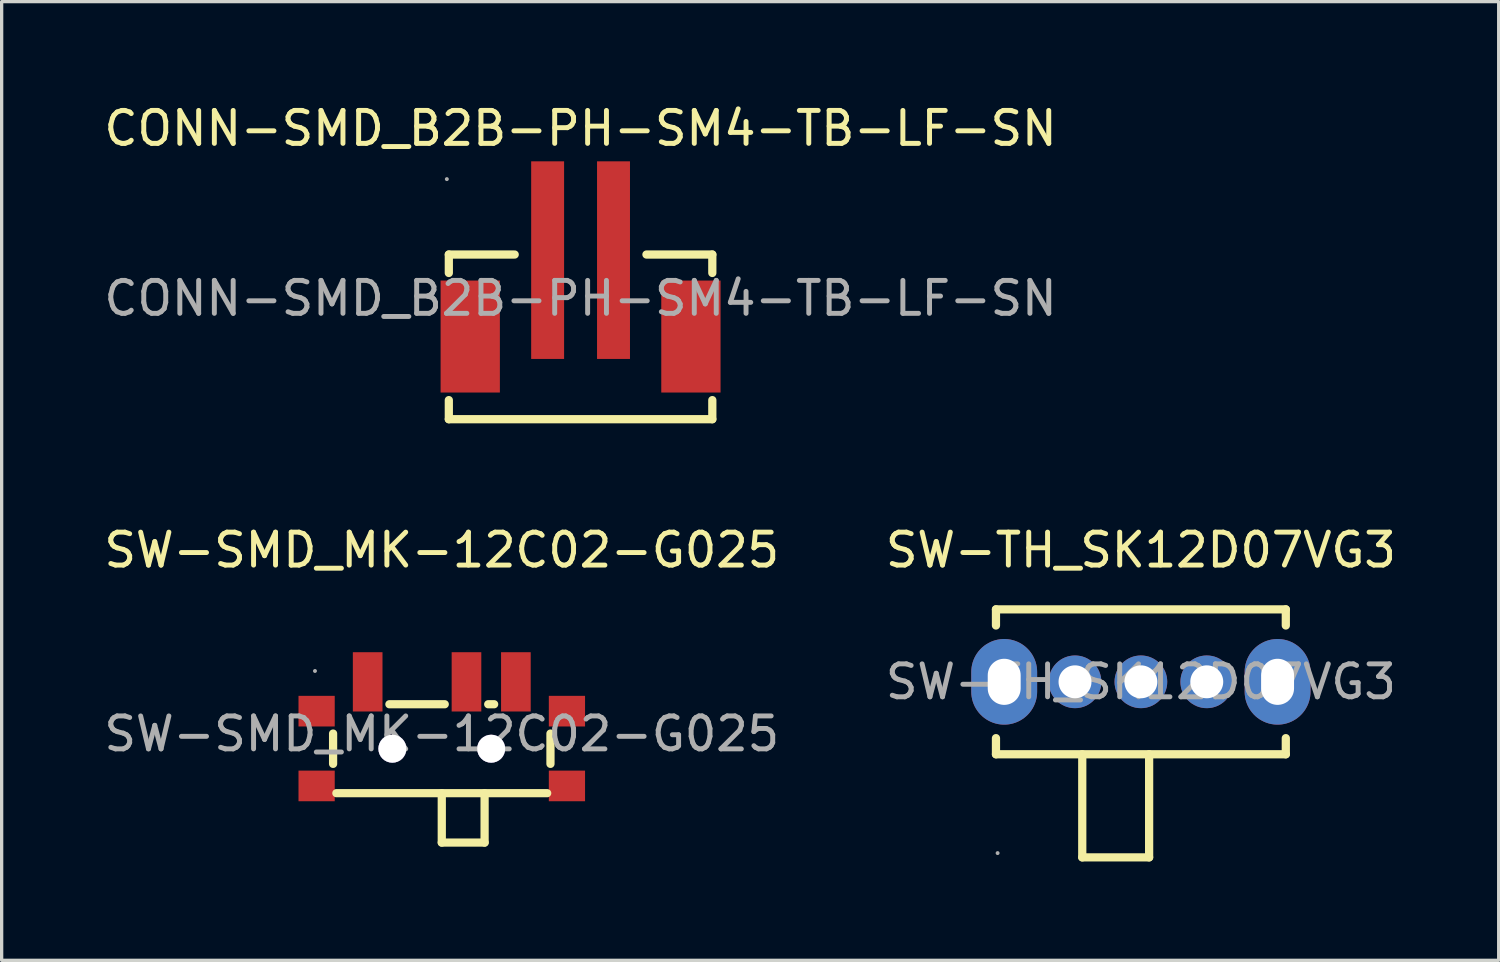
<source format=kicad_pcb>
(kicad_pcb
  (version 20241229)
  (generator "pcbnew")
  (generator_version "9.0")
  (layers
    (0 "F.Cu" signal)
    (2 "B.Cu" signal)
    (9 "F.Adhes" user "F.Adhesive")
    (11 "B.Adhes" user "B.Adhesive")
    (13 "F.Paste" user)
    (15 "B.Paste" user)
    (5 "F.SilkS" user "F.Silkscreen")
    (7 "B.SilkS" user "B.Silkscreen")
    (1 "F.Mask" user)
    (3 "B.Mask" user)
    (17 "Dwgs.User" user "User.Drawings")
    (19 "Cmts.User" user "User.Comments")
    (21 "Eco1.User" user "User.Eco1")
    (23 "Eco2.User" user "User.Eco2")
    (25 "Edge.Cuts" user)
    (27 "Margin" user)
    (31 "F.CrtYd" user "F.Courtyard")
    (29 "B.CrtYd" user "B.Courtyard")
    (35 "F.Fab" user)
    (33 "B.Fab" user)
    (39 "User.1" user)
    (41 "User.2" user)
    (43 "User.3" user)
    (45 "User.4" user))
  (footprint "CONN-SMD_B2B-PH-SM4-TB-LF-SN"
    (layer "F.Cu")
    (at 14.577 6.008)
    (property "Reference" "CONN-SMD_B2B-PH-SM4-TB-LF-SN" (at 0 -5.16 0) (layer "F.SilkS") (effects (font (size 1 1) (thickness 0.15))))
    (attr smd)
    (fp_line (start -4 -1.33) (end -4 -0.77) (stroke (width 0.25) (type solid)) (layer "F.SilkS"))
    (fp_line (start -4 -1.33) (end -2 -1.33) (stroke (width 0.25) (type solid)) (layer "F.SilkS"))
    (fp_line (start -4 3.09) (end -4 3.67) (stroke (width 0.25) (type solid)) (layer "F.SilkS"))
    (fp_line (start 2 -1.33) (end 4 -1.33) (stroke (width 0.25) (type solid)) (layer "F.SilkS"))
    (fp_line (start 4 -0.77) (end 4 -1.33) (stroke (width 0.25) (type solid)) (layer "F.SilkS"))
    (fp_line (start 4 3.67) (end -4 3.67) (stroke (width 0.25) (type solid)) (layer "F.SilkS"))
    (fp_line (start 4 3.67) (end 4 3.09) (stroke (width 0.25) (type solid)) (layer "F.SilkS"))
    (fp_circle (center -4.06 -3.62) (end -4.03 -3.62) (stroke (width 0.06) (type solid)) (fill no) (layer "F.Fab"))
    (fp_text user "${REFERENCE}" (at 0 0 0) (layer "F.Fab") (effects (font (size 1 1) (thickness 0.15))))
    (pad "1" smd rect (at 1 -1.16) (size 1 6) (layers "F.Cu" "F.Mask" "F.Paste"))
    (pad "2" smd rect (at -1 -1.16) (size 1 6) (layers "F.Cu" "F.Mask" "F.Paste"))
    (pad "3" smd rect (at -3.35 1.16) (size 1.8 3.4) (layers "F.Cu" "F.Mask" "F.Paste"))
    (pad "4" smd rect (at 3.35 1.16) (size 1.8 3.4) (layers "F.Cu" "F.Mask" "F.Paste")))
  (footprint "SW-SMD_MK-12C02-G025"
    (layer "F.Cu")
    (at 10.363 19.232)
    (property "Reference" "SW-SMD_MK-12C02-G025" (at 0 -5.58 0) (layer "F.SilkS") (effects (font (size 1 1) (thickness 0.15))))
    (attr smd)
    (fp_line (start -3.3 0.91) (end -3.3 -0.01) (stroke (width 0.25) (type solid)) (layer "F.SilkS"))
    (fp_line (start 0 3.3) (end 0 1.8) (stroke (width 0.25) (type solid)) (layer "F.SilkS"))
    (fp_line (start 0.09 -0.9) (end -1.59 -0.9) (stroke (width 0.25) (type solid)) (layer "F.SilkS"))
    (fp_line (start 1.3 1.8) (end 1.3 3.3) (stroke (width 0.25) (type solid)) (layer "F.SilkS"))
    (fp_line (start 1.3 3.3) (end 0 3.3) (stroke (width 0.25) (type solid)) (layer "F.SilkS"))
    (fp_line (start 1.59 -0.9) (end 1.41 -0.9) (stroke (width 0.25) (type solid)) (layer "F.SilkS"))
    (fp_line (start 3.2 1.8) (end -3.2 1.8) (stroke (width 0.25) (type solid)) (layer "F.SilkS"))
    (fp_line (start 3.3 0.91) (end 3.3 -0.01) (stroke (width 0.25) (type solid)) (layer "F.SilkS"))
    (fp_circle (center -1.5 0.45) (end -1.3 0.45) (stroke (width 0.4) (type solid)) (fill no) (layer "Cmts.User"))
    (fp_circle (center 1.5 0.45) (end 1.7 0.45) (stroke (width 0.4) (type solid)) (fill no) (layer "Cmts.User"))
    (fp_circle (center -3.85 -1.91) (end -3.82 -1.91) (stroke (width 0.06) (type solid)) (fill no) (layer "F.Fab"))
    (fp_text user "${REFERENCE}" (at 0 0 0) (layer "F.Fab") (effects (font (size 1 1) (thickness 0.15))))
    (pad "" thru_hole circle (at -1.5 0.45) (size 0.85 0.85) (drill 0.85) (layers "*.Cu" "*.Mask"))
    (pad "" thru_hole circle (at 1.5 0.45) (size 0.85 0.85) (drill 0.85) (layers "*.Cu" "*.Mask"))
    (pad "1" smd rect (at -2.25 -1.58) (size 0.9 1.8) (layers "F.Cu" "F.Mask" "F.Paste"))
    (pad "2" smd rect (at 0.75 -1.58) (size 0.9 1.8) (layers "F.Cu" "F.Mask" "F.Paste"))
    (pad "3" smd rect (at 2.25 -1.58) (size 0.9 1.8) (layers "F.Cu" "F.Mask" "F.Paste"))
    (pad "4" smd rect (at 3.8 -0.69) (size 1.1 0.93) (layers "F.Cu" "F.Mask" "F.Paste"))
    (pad "5" smd rect (at 3.8 1.58) (size 1.1 0.93) (layers "F.Cu" "F.Mask" "F.Paste"))
    (pad "6" smd rect (at -3.8 1.58) (size 1.1 0.93) (layers "F.Cu" "F.Mask" "F.Paste"))
    (pad "7" smd rect (at -3.8 -0.69) (size 1.1 0.93) (layers "F.Cu" "F.Mask" "F.Paste")))
  (footprint "SW-TH_SK12D07VG3"
    (layer "F.Cu")
    (at 31.589 17.651)
    (property "Reference" "SW-TH_SK12D07VG3" (at 0 -4 0) (layer "F.SilkS") (effects (font (size 1 1) (thickness 0.15))))
    (attr through_hole)
    (fp_line (start -4.4 -2.2) (end -4.4 -1.71) (stroke (width 0.25) (type solid)) (layer "F.SilkS"))
    (fp_line (start -4.4 1.71) (end -4.4 2.2) (stroke (width 0.25) (type solid)) (layer "F.SilkS"))
    (fp_line (start -1.78 2.2) (end -1.78 5.33) (stroke (width 0.25) (type solid)) (layer "F.SilkS"))
    (fp_line (start -1.78 5.33) (end 0.25 5.33) (stroke (width 0.25) (type solid)) (layer "F.SilkS"))
    (fp_line (start 0.25 5.33) (end 0.25 2.2) (stroke (width 0.25) (type solid)) (layer "F.SilkS"))
    (fp_line (start 4.4 -2.2) (end -4.4 -2.2) (stroke (width 0.25) (type solid)) (layer "F.SilkS"))
    (fp_line (start 4.4 -2.2) (end 4.4 -1.71) (stroke (width 0.25) (type solid)) (layer "F.SilkS"))
    (fp_line (start 4.4 1.71) (end 4.4 2.2) (stroke (width 0.25) (type solid)) (layer "F.SilkS"))
    (fp_line (start 4.4 2.2) (end -4.4 2.2) (stroke (width 0.25) (type solid)) (layer "F.SilkS"))
    (fp_circle (center -4.35 5.2) (end -4.32 5.2) (stroke (width 0.06) (type solid)) (fill no) (layer "F.Fab"))
    (fp_text user "${REFERENCE}" (at 0 0 0) (layer "F.Fab") (effects (font (size 1 1) (thickness 0.15))))
    (pad "1" thru_hole oval (at -2 0) (size 1.6 1.6) (drill 1) (layers "*.Cu" "*.Mask"))
    (pad "2" thru_hole oval (at 0 0) (size 1.6 1.6) (drill 1) (layers "*.Cu" "*.Mask"))
    (pad "3" thru_hole oval (at 2 0) (size 1.6 1.6) (drill 1) (layers "*.Cu" "*.Mask"))
    (pad "4" thru_hole oval (at 4.15 0 270) (size 2.6 2) (drill oval 1.4 1) (layers "*.Cu" "*.Mask"))
    (pad "5" thru_hole oval (at -4.15 0 270) (size 2.6 2) (drill oval 1.4 1) (layers "*.Cu" "*.Mask")))
  (gr_rect
    (start -3 -3)
    (end 42.452 26.107)
    (stroke (width 0.1) (type default))
    (fill no)
    (layer "Edge.Cuts")))
</source>
